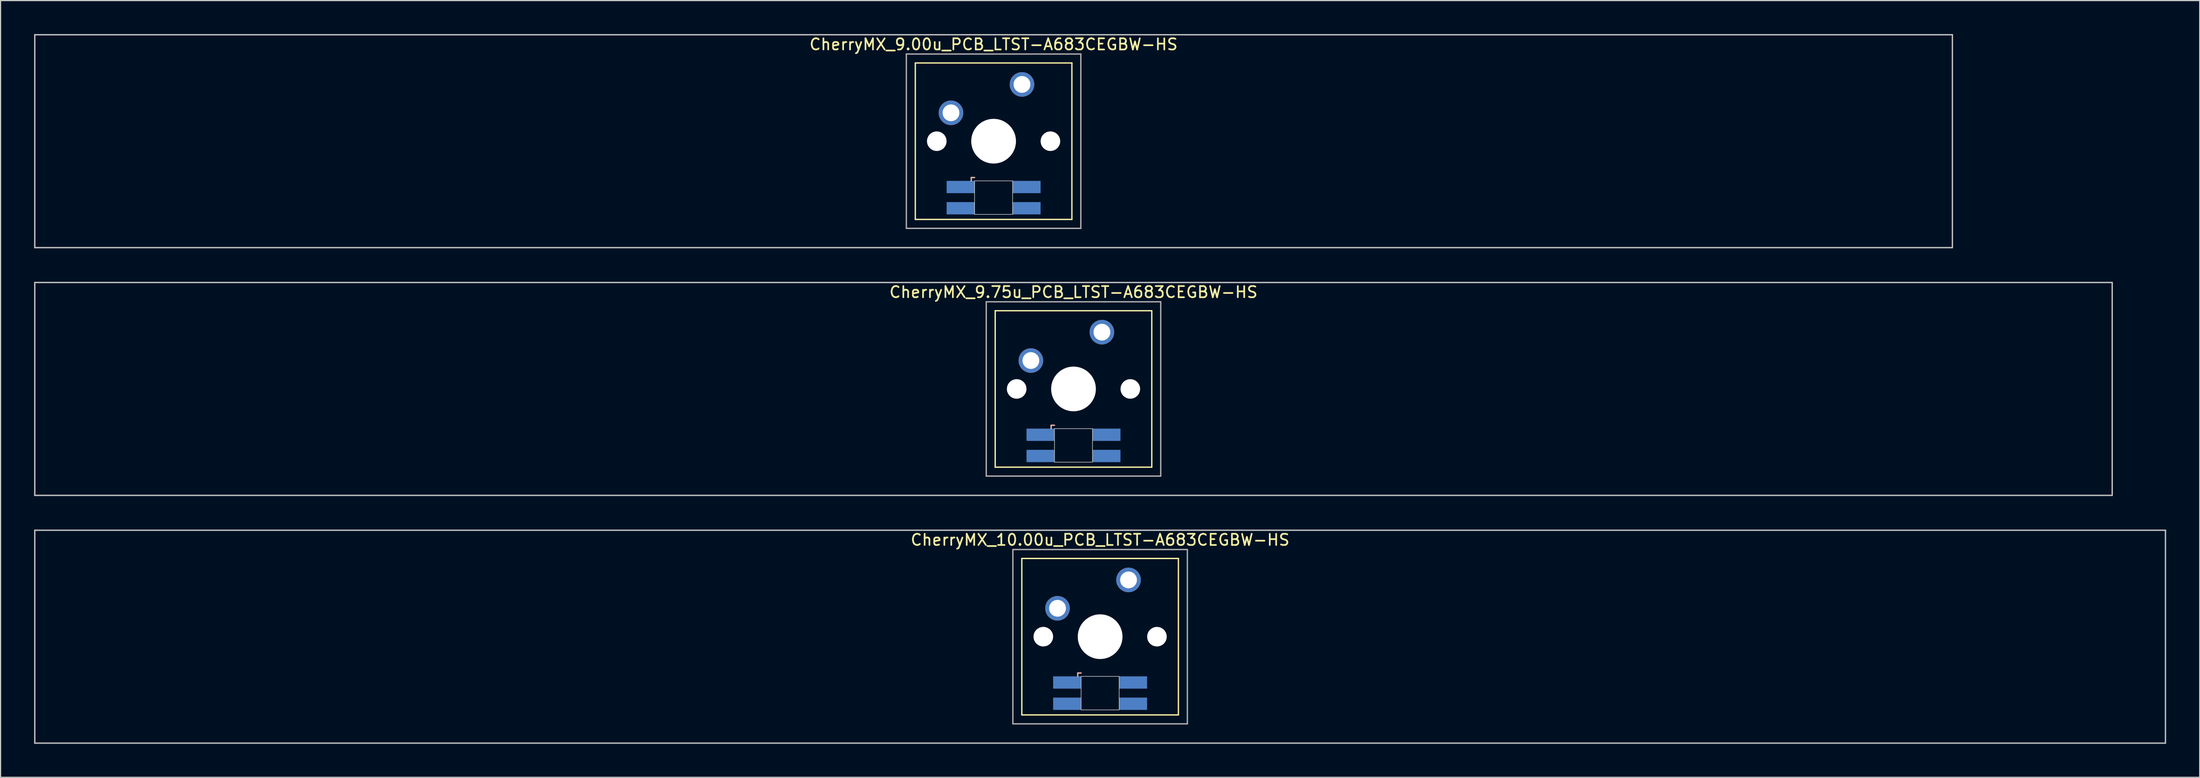
<source format=kicad_pcb>
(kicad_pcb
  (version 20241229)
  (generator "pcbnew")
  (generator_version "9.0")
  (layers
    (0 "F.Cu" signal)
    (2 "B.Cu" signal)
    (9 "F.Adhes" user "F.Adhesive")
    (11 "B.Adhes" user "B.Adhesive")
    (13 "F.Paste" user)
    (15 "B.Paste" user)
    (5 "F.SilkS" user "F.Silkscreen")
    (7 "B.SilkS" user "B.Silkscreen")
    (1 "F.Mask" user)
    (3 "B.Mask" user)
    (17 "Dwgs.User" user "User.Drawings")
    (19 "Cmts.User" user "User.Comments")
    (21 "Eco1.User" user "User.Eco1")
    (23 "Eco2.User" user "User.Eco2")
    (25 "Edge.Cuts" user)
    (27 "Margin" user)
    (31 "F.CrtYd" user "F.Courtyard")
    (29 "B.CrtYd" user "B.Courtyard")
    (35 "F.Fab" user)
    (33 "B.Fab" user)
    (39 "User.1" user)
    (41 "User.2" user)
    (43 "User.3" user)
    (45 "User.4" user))
  (footprint "CherryMX_9.75u_PCB_LTST-A683CEGBW-HS"
    (layer "F.Cu")
    (at 92.929 31.755)
    (property "Reference" "CherryMX_9.75u_PCB_LTST-A683CEGBW-HS" (at 0 -8.662 0) (layer "F.SilkS") (effects (font (size 1 1) (thickness 0.15))))
    (attr through_hole)
    (fp_line (start -7 -7) (end -7 7) (stroke (width 0.12) (type solid)) (layer "F.SilkS"))
    (fp_line (start -7 -7) (end 7 -7) (stroke (width 0.12) (type solid)) (layer "F.SilkS"))
    (fp_line (start 7 -7) (end 7 7) (stroke (width 0.12) (type solid)) (layer "F.SilkS"))
    (fp_line (start 7 7) (end -7 7) (stroke (width 0.12) (type solid)) (layer "F.SilkS"))
    (fp_line (start -2 3.25) (end -2 3.55) (stroke (width 0.12) (type solid)) (layer "B.SilkS"))
    (fp_line (start -1.7 3.25) (end -2 3.25) (stroke (width 0.12) (type solid)) (layer "B.SilkS"))
    (fp_line (start -92.869 -9.525) (end 92.869 -9.525) (stroke (width 0.12) (type solid)) (layer "Dwgs.User"))
    (fp_line (start -92.869 9.525) (end -92.869 -9.525) (stroke (width 0.12) (type solid)) (layer "Dwgs.User"))
    (fp_line (start 92.869 -9.525) (end 92.869 9.525) (stroke (width 0.12) (type solid)) (layer "Dwgs.User"))
    (fp_line (start 92.869 9.525) (end -92.869 9.525) (stroke (width 0.12) (type solid)) (layer "Dwgs.User"))
    (fp_line (start -1.7 3.55) (end 1.7 3.55) (stroke (width 0.05) (type solid)) (layer "Edge.Cuts"))
    (fp_line (start -1.7 6.55) (end -1.7 3.55) (stroke (width 0.05) (type solid)) (layer "Edge.Cuts"))
    (fp_line (start 1.7 3.55) (end 1.7 6.55) (stroke (width 0.05) (type solid)) (layer "Edge.Cuts"))
    (fp_line (start 1.7 6.55) (end -1.7 6.55) (stroke (width 0.05) (type solid)) (layer "Edge.Cuts"))
    (fp_line (start -7.8 -7.8) (end -7.8 7.8) (stroke (width 0.12) (type solid)) (layer "F.Fab"))
    (fp_line (start -7.8 -7.8) (end 7.8 -7.8) (stroke (width 0.12) (type solid)) (layer "F.Fab"))
    (fp_line (start -7.8 7.8) (end 7.8 7.8) (stroke (width 0.12) (type solid)) (layer "F.Fab"))
    (fp_line (start 7.8 -7.8) (end 7.8 7.8) (stroke (width 0.12) (type solid)) (layer "F.Fab"))
    (pad "" np_thru_hole circle (at -5.08 0) (size 1.75 1.75) (drill 1.75) (layers "*.Cu" "*.Mask"))
    (pad "" np_thru_hole circle (at 0 0) (size 4 4) (drill 4) (layers "*.Cu" "*.Mask"))
    (pad "" np_thru_hole circle (at 5.08 0) (size 1.75 1.75) (drill 1.75) (layers "*.Cu" "*.Mask"))
    (pad "1" thru_hole circle (at -3.81 -2.54) (size 2.2 2.2) (drill 1.5) (layers "*.Cu" "*.Mask"))
    (pad "2" thru_hole circle (at 2.54 -5.08) (size 2.2 2.2) (drill 1.5) (layers "*.Cu" "*.Mask"))
    (pad "3" smd rect (at -2.95 4.1) (size 2.5 1.1) (layers "B.Cu" "B.Mask" "B.Paste"))
    (pad "4" smd rect (at -2.95 6) (size 2.5 1.1) (layers "B.Cu" "B.Mask" "B.Paste"))
    (pad "5" smd rect (at 2.95 4.1) (size 2.5 1.1) (layers "B.Cu" "B.Mask" "B.Paste"))
    (pad "6" smd rect (at 2.95 6) (size 2.5 1.1) (layers "B.Cu" "B.Mask" "B.Paste")))
  (footprint "CherryMX_10.00u_PCB_LTST-A683CEGBW-HS"
    (layer "F.Cu")
    (at 95.31 53.925)
    (property "Reference" "CherryMX_10.00u_PCB_LTST-A683CEGBW-HS" (at 0 -8.662 0) (layer "F.SilkS") (effects (font (size 1 1) (thickness 0.15))))
    (attr through_hole)
    (fp_line (start -7 -7) (end -7 7) (stroke (width 0.12) (type solid)) (layer "F.SilkS"))
    (fp_line (start -7 -7) (end 7 -7) (stroke (width 0.12) (type solid)) (layer "F.SilkS"))
    (fp_line (start 7 -7) (end 7 7) (stroke (width 0.12) (type solid)) (layer "F.SilkS"))
    (fp_line (start 7 7) (end -7 7) (stroke (width 0.12) (type solid)) (layer "F.SilkS"))
    (fp_line (start -2 3.25) (end -2 3.55) (stroke (width 0.12) (type solid)) (layer "B.SilkS"))
    (fp_line (start -1.7 3.25) (end -2 3.25) (stroke (width 0.12) (type solid)) (layer "B.SilkS"))
    (fp_line (start -95.25 -9.525) (end 95.25 -9.525) (stroke (width 0.12) (type solid)) (layer "Dwgs.User"))
    (fp_line (start -95.25 9.525) (end -95.25 -9.525) (stroke (width 0.12) (type solid)) (layer "Dwgs.User"))
    (fp_line (start 95.25 -9.525) (end 95.25 9.525) (stroke (width 0.12) (type solid)) (layer "Dwgs.User"))
    (fp_line (start 95.25 9.525) (end -95.25 9.525) (stroke (width 0.12) (type solid)) (layer "Dwgs.User"))
    (fp_line (start -1.7 3.55) (end 1.7 3.55) (stroke (width 0.05) (type solid)) (layer "Edge.Cuts"))
    (fp_line (start -1.7 6.55) (end -1.7 3.55) (stroke (width 0.05) (type solid)) (layer "Edge.Cuts"))
    (fp_line (start 1.7 3.55) (end 1.7 6.55) (stroke (width 0.05) (type solid)) (layer "Edge.Cuts"))
    (fp_line (start 1.7 6.55) (end -1.7 6.55) (stroke (width 0.05) (type solid)) (layer "Edge.Cuts"))
    (fp_line (start -7.8 -7.8) (end -7.8 7.8) (stroke (width 0.12) (type solid)) (layer "F.Fab"))
    (fp_line (start -7.8 -7.8) (end 7.8 -7.8) (stroke (width 0.12) (type solid)) (layer "F.Fab"))
    (fp_line (start -7.8 7.8) (end 7.8 7.8) (stroke (width 0.12) (type solid)) (layer "F.Fab"))
    (fp_line (start 7.8 -7.8) (end 7.8 7.8) (stroke (width 0.12) (type solid)) (layer "F.Fab"))
    (pad "" np_thru_hole circle (at -5.08 0) (size 1.75 1.75) (drill 1.75) (layers "*.Cu" "*.Mask"))
    (pad "" np_thru_hole circle (at 0 0) (size 4 4) (drill 4) (layers "*.Cu" "*.Mask"))
    (pad "" np_thru_hole circle (at 5.08 0) (size 1.75 1.75) (drill 1.75) (layers "*.Cu" "*.Mask"))
    (pad "1" thru_hole circle (at -3.81 -2.54) (size 2.2 2.2) (drill 1.5) (layers "*.Cu" "*.Mask"))
    (pad "2" thru_hole circle (at 2.54 -5.08) (size 2.2 2.2) (drill 1.5) (layers "*.Cu" "*.Mask"))
    (pad "3" smd rect (at -2.95 4.1) (size 2.5 1.1) (layers "B.Cu" "B.Mask" "B.Paste"))
    (pad "4" smd rect (at -2.95 6) (size 2.5 1.1) (layers "B.Cu" "B.Mask" "B.Paste"))
    (pad "5" smd rect (at 2.95 4.1) (size 2.5 1.1) (layers "B.Cu" "B.Mask" "B.Paste"))
    (pad "6" smd rect (at 2.95 6) (size 2.5 1.1) (layers "B.Cu" "B.Mask" "B.Paste")))
  (footprint "CherryMX_9.00u_PCB_LTST-A683CEGBW-HS"
    (layer "F.Cu")
    (at 85.785 9.585)
    (property "Reference" "CherryMX_9.00u_PCB_LTST-A683CEGBW-HS" (at 0 -8.662 0) (layer "F.SilkS") (effects (font (size 1 1) (thickness 0.15))))
    (attr through_hole)
    (fp_line (start -7 -7) (end -7 7) (stroke (width 0.12) (type solid)) (layer "F.SilkS"))
    (fp_line (start -7 -7) (end 7 -7) (stroke (width 0.12) (type solid)) (layer "F.SilkS"))
    (fp_line (start 7 -7) (end 7 7) (stroke (width 0.12) (type solid)) (layer "F.SilkS"))
    (fp_line (start 7 7) (end -7 7) (stroke (width 0.12) (type solid)) (layer "F.SilkS"))
    (fp_line (start -2 3.25) (end -2 3.55) (stroke (width 0.12) (type solid)) (layer "B.SilkS"))
    (fp_line (start -1.7 3.25) (end -2 3.25) (stroke (width 0.12) (type solid)) (layer "B.SilkS"))
    (fp_line (start -85.725 -9.525) (end 85.725 -9.525) (stroke (width 0.12) (type solid)) (layer "Dwgs.User"))
    (fp_line (start -85.725 9.525) (end -85.725 -9.525) (stroke (width 0.12) (type solid)) (layer "Dwgs.User"))
    (fp_line (start 85.725 -9.525) (end 85.725 9.525) (stroke (width 0.12) (type solid)) (layer "Dwgs.User"))
    (fp_line (start 85.725 9.525) (end -85.725 9.525) (stroke (width 0.12) (type solid)) (layer "Dwgs.User"))
    (fp_line (start -1.7 3.55) (end 1.7 3.55) (stroke (width 0.05) (type solid)) (layer "Edge.Cuts"))
    (fp_line (start -1.7 6.55) (end -1.7 3.55) (stroke (width 0.05) (type solid)) (layer "Edge.Cuts"))
    (fp_line (start 1.7 3.55) (end 1.7 6.55) (stroke (width 0.05) (type solid)) (layer "Edge.Cuts"))
    (fp_line (start 1.7 6.55) (end -1.7 6.55) (stroke (width 0.05) (type solid)) (layer "Edge.Cuts"))
    (fp_line (start -7.8 -7.8) (end -7.8 7.8) (stroke (width 0.12) (type solid)) (layer "F.Fab"))
    (fp_line (start -7.8 -7.8) (end 7.8 -7.8) (stroke (width 0.12) (type solid)) (layer "F.Fab"))
    (fp_line (start -7.8 7.8) (end 7.8 7.8) (stroke (width 0.12) (type solid)) (layer "F.Fab"))
    (fp_line (start 7.8 -7.8) (end 7.8 7.8) (stroke (width 0.12) (type solid)) (layer "F.Fab"))
    (pad "" np_thru_hole circle (at -5.08 0) (size 1.75 1.75) (drill 1.75) (layers "*.Cu" "*.Mask"))
    (pad "" np_thru_hole circle (at 0 0) (size 4 4) (drill 4) (layers "*.Cu" "*.Mask"))
    (pad "" np_thru_hole circle (at 5.08 0) (size 1.75 1.75) (drill 1.75) (layers "*.Cu" "*.Mask"))
    (pad "1" thru_hole circle (at -3.81 -2.54) (size 2.2 2.2) (drill 1.5) (layers "*.Cu" "*.Mask"))
    (pad "2" thru_hole circle (at 2.54 -5.08) (size 2.2 2.2) (drill 1.5) (layers "*.Cu" "*.Mask"))
    (pad "3" smd rect (at -2.95 4.1) (size 2.5 1.1) (layers "B.Cu" "B.Mask" "B.Paste"))
    (pad "4" smd rect (at -2.95 6) (size 2.5 1.1) (layers "B.Cu" "B.Mask" "B.Paste"))
    (pad "5" smd rect (at 2.95 4.1) (size 2.5 1.1) (layers "B.Cu" "B.Mask" "B.Paste"))
    (pad "6" smd rect (at 2.95 6) (size 2.5 1.1) (layers "B.Cu" "B.Mask" "B.Paste")))
  (gr_rect
    (start -3 -3)
    (end 193.62 66.51)
    (stroke (width 0.1) (type default))
    (fill no)
    (layer "Edge.Cuts")))
</source>
